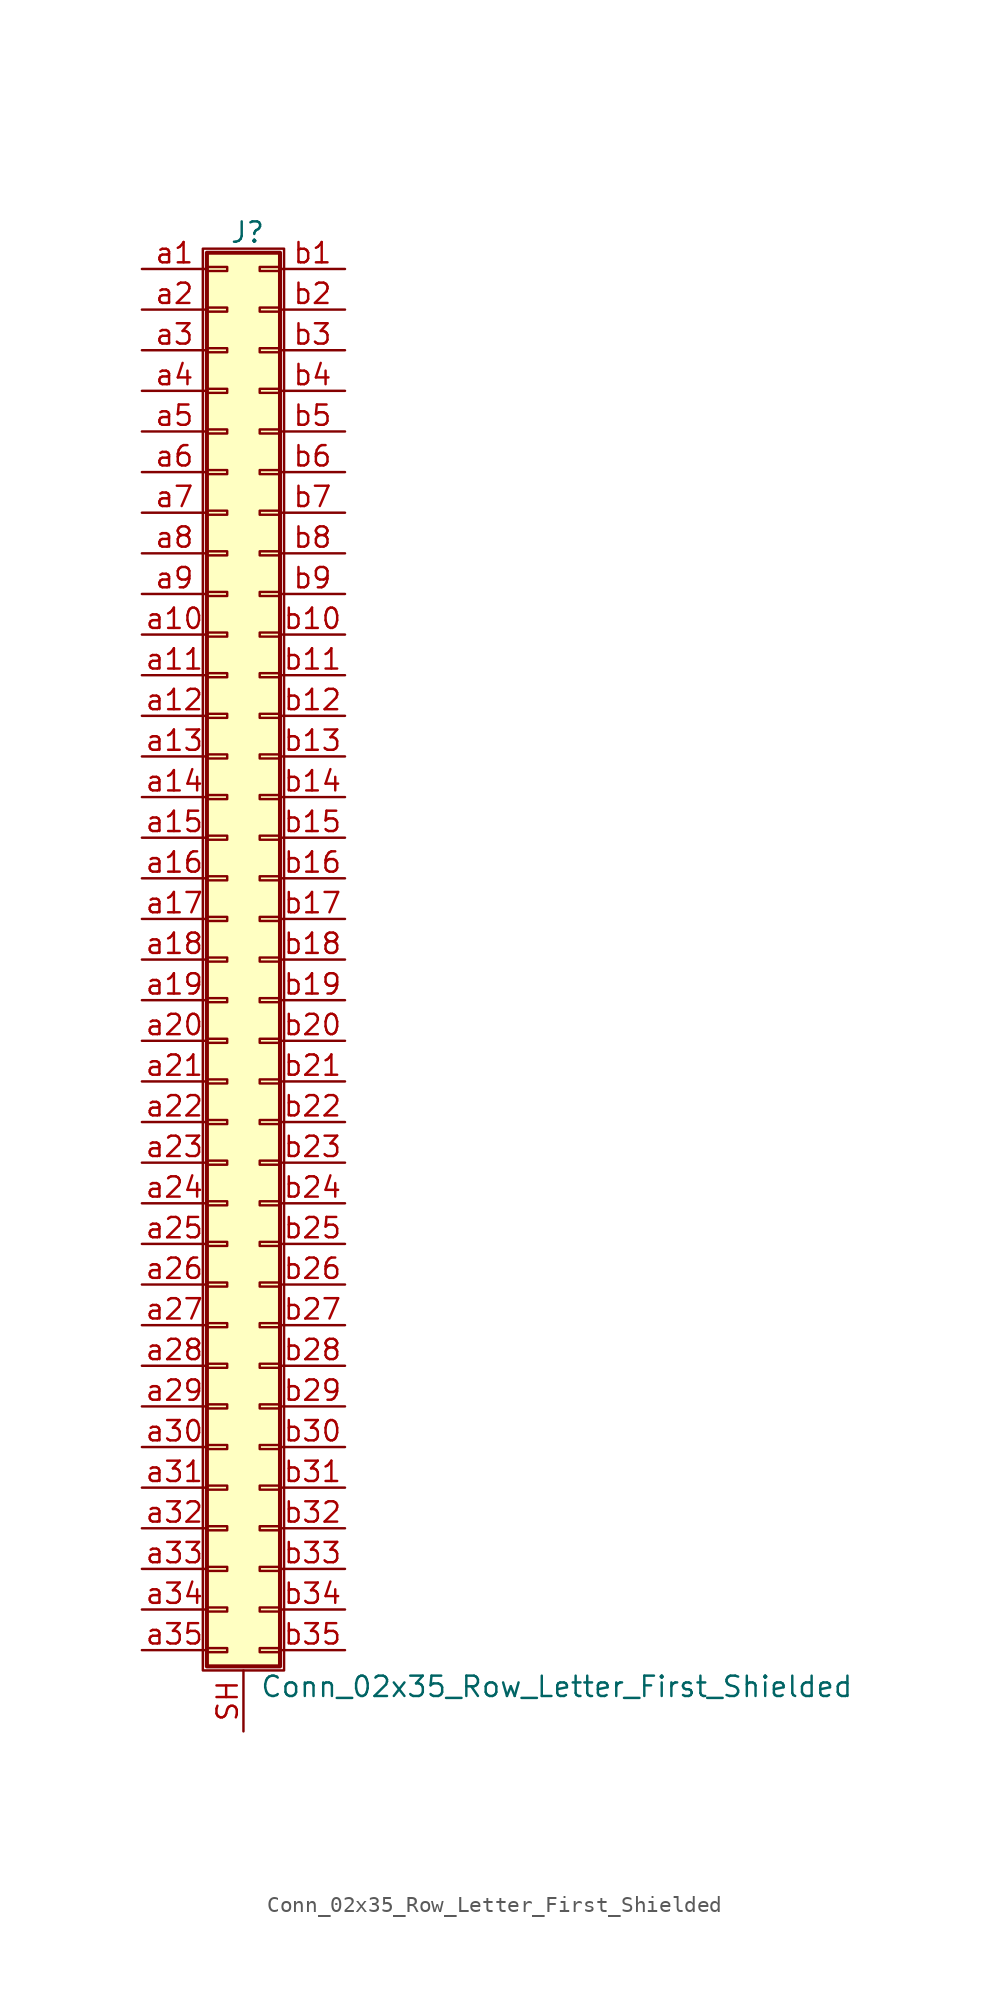
<source format=kicad_sym>
(kicad_symbol_lib
  (version 20201005)
  (generator kicad_symbol_editor)
  (symbol "Connector_Generic_Shielded:Conn_02x35_Row_Letter_First_Shielded"
    (pin_names
      (offset 1.016) hide)
    (property "Reference" "J"
      (at 1.524 45.466 0)
      (effects (font (size 1.27 1.27))))
    (property "Value" "Conn_02x35_Row_Letter_First_Shielded"
      (at 2.286 -45.466 0)
      (effects (font (size 1.27 1.27)) (justify left)))
    (symbol "Conn_02x35_Row_Letter_First_Shielded_1_1"
      (rectangle (start -1.016 -27.813) (end 0.254 -28.067) (stroke (width 0.152)) (fill (type none)))
      (rectangle (start -1.016 -30.353) (end 0.254 -30.607) (stroke (width 0.152)) (fill (type none)))
      (rectangle (start -1.016 -32.893) (end 0.254 -33.147) (stroke (width 0.152)) (fill (type none)))
      (rectangle (start -1.016 -35.433) (end 0.254 -35.687) (stroke (width 0.152)) (fill (type none)))
      (rectangle (start -1.016 -37.973) (end 0.254 -38.227) (stroke (width 0.152)) (fill (type none)))
      (rectangle (start -1.016 -40.513) (end 0.254 -40.767) (stroke (width 0.152)) (fill (type none)))
      (rectangle (start -1.016 -43.053) (end 0.254 -43.307) (stroke (width 0.152)) (fill (type none)))
      (rectangle (start -1.016 -4.953) (end 0.254 -5.207) (stroke (width 0.152)) (fill (type none)))
      (rectangle (start -1.016 -7.493) (end 0.254 -7.747) (stroke (width 0.152)) (fill (type none)))
      (rectangle (start -1.016 -10.033) (end 0.254 -10.287) (stroke (width 0.152)) (fill (type none)))
      (rectangle (start -1.016 -12.573) (end 0.254 -12.827) (stroke (width 0.152)) (fill (type none)))
      (rectangle (start -1.016 -15.113) (end 0.254 -15.367) (stroke (width 0.152)) (fill (type none)))
      (rectangle (start -1.016 -17.653) (end 0.254 -17.907) (stroke (width 0.152)) (fill (type none)))
      (rectangle (start -1.016 -20.193) (end 0.254 -20.447) (stroke (width 0.152)) (fill (type none)))
      (rectangle (start -1.016 -22.733) (end 0.254 -22.987) (stroke (width 0.152)) (fill (type none)))
      (rectangle (start -1.016 -2.413) (end 0.254 -2.667) (stroke (width 0.152)) (fill (type none)))
      (rectangle (start -1.016 -25.273) (end 0.254 -25.527) (stroke (width 0.152)) (fill (type none)))
      (rectangle (start -1.016 25.527) (end 0.254 25.273) (stroke (width 0.152)) (fill (type none)))
      (rectangle (start -1.016 2.667) (end 0.254 2.413) (stroke (width 0.152)) (fill (type none)))
      (rectangle (start -1.016 28.067) (end 0.254 27.813) (stroke (width 0.152)) (fill (type none)))
      (rectangle (start -1.016 30.607) (end 0.254 30.353) (stroke (width 0.152)) (fill (type none)))
      (rectangle (start -1.016 33.147) (end 0.254 32.893) (stroke (width 0.152)) (fill (type none)))
      (rectangle (start -1.016 35.687) (end 0.254 35.433) (stroke (width 0.152)) (fill (type none)))
      (rectangle (start -1.016 38.227) (end 0.254 37.973) (stroke (width 0.152)) (fill (type none)))
      (rectangle (start -1.016 40.767) (end 0.254 40.513) (stroke (width 0.152)) (fill (type none)))
      (rectangle (start -1.016 43.307) (end 0.254 43.053) (stroke (width 0.152)) (fill (type none)))
      (rectangle (start -1.016 44.196) (end 3.556 -44.196) (stroke (width 0.254)) (fill (type background)))
      (rectangle (start -1.016 5.207) (end 0.254 4.953) (stroke (width 0.152)) (fill (type none)))
      (rectangle (start -1.016 7.747) (end 0.254 7.493) (stroke (width 0.152)) (fill (type none)))
      (rectangle (start -1.016 10.287) (end 0.254 10.033) (stroke (width 0.152)) (fill (type none)))
      (rectangle (start -1.016 0.127) (end 0.254 -0.127) (stroke (width 0.152)) (fill (type none)))
      (rectangle (start -1.016 12.827) (end 0.254 12.573) (stroke (width 0.152)) (fill (type none)))
      (rectangle (start -1.016 15.367) (end 0.254 15.113) (stroke (width 0.152)) (fill (type none)))
      (rectangle (start -1.016 17.907) (end 0.254 17.653) (stroke (width 0.152)) (fill (type none)))
      (rectangle (start -1.016 20.447) (end 0.254 20.193) (stroke (width 0.152)) (fill (type none)))
      (rectangle (start -1.016 22.987) (end 0.254 22.733) (stroke (width 0.152)) (fill (type none)))
      (rectangle (start -1.27 44.45) (end 3.81 -44.45) (stroke (width 0.152)) (fill (type none)))
      (rectangle (start 3.556 -27.813) (end 2.286 -28.067) (stroke (width 0.152)) (fill (type none)))
      (rectangle (start 3.556 -30.353) (end 2.286 -30.607) (stroke (width 0.152)) (fill (type none)))
      (rectangle (start 3.556 -32.893) (end 2.286 -33.147) (stroke (width 0.152)) (fill (type none)))
      (rectangle (start 3.556 -35.433) (end 2.286 -35.687) (stroke (width 0.152)) (fill (type none)))
      (rectangle (start 3.556 -37.973) (end 2.286 -38.227) (stroke (width 0.152)) (fill (type none)))
      (rectangle (start 3.556 -40.513) (end 2.286 -40.767) (stroke (width 0.152)) (fill (type none)))
      (rectangle (start 3.556 -43.053) (end 2.286 -43.307) (stroke (width 0.152)) (fill (type none)))
      (rectangle (start 3.556 -4.953) (end 2.286 -5.207) (stroke (width 0.152)) (fill (type none)))
      (rectangle (start 3.556 -7.493) (end 2.286 -7.747) (stroke (width 0.152)) (fill (type none)))
      (rectangle (start 3.556 -10.033) (end 2.286 -10.287) (stroke (width 0.152)) (fill (type none)))
      (rectangle (start 3.556 -12.573) (end 2.286 -12.827) (stroke (width 0.152)) (fill (type none)))
      (rectangle (start 3.556 -15.113) (end 2.286 -15.367) (stroke (width 0.152)) (fill (type none)))
      (rectangle (start 3.556 -17.653) (end 2.286 -17.907) (stroke (width 0.152)) (fill (type none)))
      (rectangle (start 3.556 -20.193) (end 2.286 -20.447) (stroke (width 0.152)) (fill (type none)))
      (rectangle (start 3.556 -22.733) (end 2.286 -22.987) (stroke (width 0.152)) (fill (type none)))
      (rectangle (start 3.556 -2.413) (end 2.286 -2.667) (stroke (width 0.152)) (fill (type none)))
      (rectangle (start 3.556 -25.273) (end 2.286 -25.527) (stroke (width 0.152)) (fill (type none)))
      (rectangle (start 3.556 25.527) (end 2.286 25.273) (stroke (width 0.152)) (fill (type none)))
      (rectangle (start 3.556 2.667) (end 2.286 2.413) (stroke (width 0.152)) (fill (type none)))
      (rectangle (start 3.556 28.067) (end 2.286 27.813) (stroke (width 0.152)) (fill (type none)))
      (rectangle (start 3.556 30.607) (end 2.286 30.353) (stroke (width 0.152)) (fill (type none)))
      (rectangle (start 3.556 33.147) (end 2.286 32.893) (stroke (width 0.152)) (fill (type none)))
      (rectangle (start 3.556 35.687) (end 2.286 35.433) (stroke (width 0.152)) (fill (type none)))
      (rectangle (start 3.556 38.227) (end 2.286 37.973) (stroke (width 0.152)) (fill (type none)))
      (rectangle (start 3.556 40.767) (end 2.286 40.513) (stroke (width 0.152)) (fill (type none)))
      (rectangle (start 3.556 43.307) (end 2.286 43.053) (stroke (width 0.152)) (fill (type none)))
      (rectangle (start 3.556 5.207) (end 2.286 4.953) (stroke (width 0.152)) (fill (type none)))
      (rectangle (start 3.556 7.747) (end 2.286 7.493) (stroke (width 0.152)) (fill (type none)))
      (rectangle (start 3.556 10.287) (end 2.286 10.033) (stroke (width 0.152)) (fill (type none)))
      (rectangle (start 3.556 0.127) (end 2.286 -0.127) (stroke (width 0.152)) (fill (type none)))
      (rectangle (start 3.556 12.827) (end 2.286 12.573) (stroke (width 0.152)) (fill (type none)))
      (rectangle (start 3.556 15.367) (end 2.286 15.113) (stroke (width 0.152)) (fill (type none)))
      (rectangle (start 3.556 17.907) (end 2.286 17.653) (stroke (width 0.152)) (fill (type none)))
      (rectangle (start 3.556 20.447) (end 2.286 20.193) (stroke (width 0.152)) (fill (type none)))
      (rectangle (start 3.556 22.987) (end 2.286 22.733) (stroke (width 0.152)) (fill (type none)))
      (pin passive line (at -5.08 43.18 0) (length 4.064) (name "Pin_a1" (effects (font (size 1.27 1.27)))) (number "a1" (effects (font (size 1.27 1.27)))))
      (pin passive line (at -5.08 20.32 0) (length 4.064) (name "Pin_a10" (effects (font (size 1.27 1.27)))) (number "a10" (effects (font (size 1.27 1.27)))))
      (pin passive line (at -5.08 17.78 0) (length 4.064) (name "Pin_a11" (effects (font (size 1.27 1.27)))) (number "a11" (effects (font (size 1.27 1.27)))))
      (pin passive line (at -5.08 15.24 0) (length 4.064) (name "Pin_a12" (effects (font (size 1.27 1.27)))) (number "a12" (effects (font (size 1.27 1.27)))))
      (pin passive line (at -5.08 12.7 0) (length 4.064) (name "Pin_a13" (effects (font (size 1.27 1.27)))) (number "a13" (effects (font (size 1.27 1.27)))))
      (pin passive line (at -5.08 10.16 0) (length 4.064) (name "Pin_a14" (effects (font (size 1.27 1.27)))) (number "a14" (effects (font (size 1.27 1.27)))))
      (pin passive line (at -5.08 7.62 0) (length 4.064) (name "Pin_a15" (effects (font (size 1.27 1.27)))) (number "a15" (effects (font (size 1.27 1.27)))))
      (pin passive line (at -5.08 5.08 0) (length 4.064) (name "Pin_a16" (effects (font (size 1.27 1.27)))) (number "a16" (effects (font (size 1.27 1.27)))))
      (pin passive line (at -5.08 2.54 0) (length 4.064) (name "Pin_a17" (effects (font (size 1.27 1.27)))) (number "a17" (effects (font (size 1.27 1.27)))))
      (pin passive line (at -5.08 0 0) (length 4.064) (name "Pin_a18" (effects (font (size 1.27 1.27)))) (number "a18" (effects (font (size 1.27 1.27)))))
      (pin passive line (at -5.08 -2.54 0) (length 4.064) (name "Pin_a19" (effects (font (size 1.27 1.27)))) (number "a19" (effects (font (size 1.27 1.27)))))
      (pin passive line (at -5.08 40.64 0) (length 4.064) (name "Pin_a2" (effects (font (size 1.27 1.27)))) (number "a2" (effects (font (size 1.27 1.27)))))
      (pin passive line (at -5.08 -5.08 0) (length 4.064) (name "Pin_a20" (effects (font (size 1.27 1.27)))) (number "a20" (effects (font (size 1.27 1.27)))))
      (pin passive line (at -5.08 -7.62 0) (length 4.064) (name "Pin_a21" (effects (font (size 1.27 1.27)))) (number "a21" (effects (font (size 1.27 1.27)))))
      (pin passive line (at -5.08 -10.16 0) (length 4.064) (name "Pin_a22" (effects (font (size 1.27 1.27)))) (number "a22" (effects (font (size 1.27 1.27)))))
      (pin passive line (at -5.08 -12.7 0) (length 4.064) (name "Pin_a23" (effects (font (size 1.27 1.27)))) (number "a23" (effects (font (size 1.27 1.27)))))
      (pin passive line (at -5.08 -15.24 0) (length 4.064) (name "Pin_a24" (effects (font (size 1.27 1.27)))) (number "a24" (effects (font (size 1.27 1.27)))))
      (pin passive line (at -5.08 -17.78 0) (length 4.064) (name "Pin_a25" (effects (font (size 1.27 1.27)))) (number "a25" (effects (font (size 1.27 1.27)))))
      (pin passive line (at -5.08 -20.32 0) (length 4.064) (name "Pin_a26" (effects (font (size 1.27 1.27)))) (number "a26" (effects (font (size 1.27 1.27)))))
      (pin passive line (at -5.08 -22.86 0) (length 4.064) (name "Pin_a27" (effects (font (size 1.27 1.27)))) (number "a27" (effects (font (size 1.27 1.27)))))
      (pin passive line (at -5.08 -25.4 0) (length 4.064) (name "Pin_a28" (effects (font (size 1.27 1.27)))) (number "a28" (effects (font (size 1.27 1.27)))))
      (pin passive line (at -5.08 -27.94 0) (length 4.064) (name "Pin_a29" (effects (font (size 1.27 1.27)))) (number "a29" (effects (font (size 1.27 1.27)))))
      (pin passive line (at -5.08 38.1 0) (length 4.064) (name "Pin_a3" (effects (font (size 1.27 1.27)))) (number "a3" (effects (font (size 1.27 1.27)))))
      (pin passive line (at -5.08 -30.48 0) (length 4.064) (name "Pin_a30" (effects (font (size 1.27 1.27)))) (number "a30" (effects (font (size 1.27 1.27)))))
      (pin passive line (at -5.08 -33.02 0) (length 4.064) (name "Pin_a31" (effects (font (size 1.27 1.27)))) (number "a31" (effects (font (size 1.27 1.27)))))
      (pin passive line (at -5.08 -35.56 0) (length 4.064) (name "Pin_a32" (effects (font (size 1.27 1.27)))) (number "a32" (effects (font (size 1.27 1.27)))))
      (pin passive line (at -5.08 -38.1 0) (length 4.064) (name "Pin_a33" (effects (font (size 1.27 1.27)))) (number "a33" (effects (font (size 1.27 1.27)))))
      (pin passive line (at -5.08 -40.64 0) (length 4.064) (name "Pin_a34" (effects (font (size 1.27 1.27)))) (number "a34" (effects (font (size 1.27 1.27)))))
      (pin passive line (at -5.08 -43.18 0) (length 4.064) (name "Pin_a35" (effects (font (size 1.27 1.27)))) (number "a35" (effects (font (size 1.27 1.27)))))
      (pin passive line (at -5.08 35.56 0) (length 4.064) (name "Pin_a4" (effects (font (size 1.27 1.27)))) (number "a4" (effects (font (size 1.27 1.27)))))
      (pin passive line (at -5.08 33.02 0) (length 4.064) (name "Pin_a5" (effects (font (size 1.27 1.27)))) (number "a5" (effects (font (size 1.27 1.27)))))
      (pin passive line (at -5.08 30.48 0) (length 4.064) (name "Pin_a6" (effects (font (size 1.27 1.27)))) (number "a6" (effects (font (size 1.27 1.27)))))
      (pin passive line (at -5.08 27.94 0) (length 4.064) (name "Pin_a7" (effects (font (size 1.27 1.27)))) (number "a7" (effects (font (size 1.27 1.27)))))
      (pin passive line (at -5.08 25.4 0) (length 4.064) (name "Pin_a8" (effects (font (size 1.27 1.27)))) (number "a8" (effects (font (size 1.27 1.27)))))
      (pin passive line (at -5.08 22.86 0) (length 4.064) (name "Pin_a9" (effects (font (size 1.27 1.27)))) (number "a9" (effects (font (size 1.27 1.27)))))
      (pin passive line (at 7.62 43.18 180) (length 4.064) (name "Pin_b1" (effects (font (size 1.27 1.27)))) (number "b1" (effects (font (size 1.27 1.27)))))
      (pin passive line (at 7.62 20.32 180) (length 4.064) (name "Pin_b10" (effects (font (size 1.27 1.27)))) (number "b10" (effects (font (size 1.27 1.27)))))
      (pin passive line (at 7.62 17.78 180) (length 4.064) (name "Pin_b11" (effects (font (size 1.27 1.27)))) (number "b11" (effects (font (size 1.27 1.27)))))
      (pin passive line (at 7.62 15.24 180) (length 4.064) (name "Pin_b12" (effects (font (size 1.27 1.27)))) (number "b12" (effects (font (size 1.27 1.27)))))
      (pin passive line (at 7.62 12.7 180) (length 4.064) (name "Pin_b13" (effects (font (size 1.27 1.27)))) (number "b13" (effects (font (size 1.27 1.27)))))
      (pin passive line (at 7.62 10.16 180) (length 4.064) (name "Pin_b14" (effects (font (size 1.27 1.27)))) (number "b14" (effects (font (size 1.27 1.27)))))
      (pin passive line (at 7.62 7.62 180) (length 4.064) (name "Pin_b15" (effects (font (size 1.27 1.27)))) (number "b15" (effects (font (size 1.27 1.27)))))
      (pin passive line (at 7.62 5.08 180) (length 4.064) (name "Pin_b16" (effects (font (size 1.27 1.27)))) (number "b16" (effects (font (size 1.27 1.27)))))
      (pin passive line (at 7.62 2.54 180) (length 4.064) (name "Pin_b17" (effects (font (size 1.27 1.27)))) (number "b17" (effects (font (size 1.27 1.27)))))
      (pin passive line (at 7.62 0 180) (length 4.064) (name "Pin_b18" (effects (font (size 1.27 1.27)))) (number "b18" (effects (font (size 1.27 1.27)))))
      (pin passive line (at 7.62 -2.54 180) (length 4.064) (name "Pin_b19" (effects (font (size 1.27 1.27)))) (number "b19" (effects (font (size 1.27 1.27)))))
      (pin passive line (at 7.62 40.64 180) (length 4.064) (name "Pin_b2" (effects (font (size 1.27 1.27)))) (number "b2" (effects (font (size 1.27 1.27)))))
      (pin passive line (at 7.62 -5.08 180) (length 4.064) (name "Pin_b20" (effects (font (size 1.27 1.27)))) (number "b20" (effects (font (size 1.27 1.27)))))
      (pin passive line (at 7.62 -7.62 180) (length 4.064) (name "Pin_b21" (effects (font (size 1.27 1.27)))) (number "b21" (effects (font (size 1.27 1.27)))))
      (pin passive line (at 7.62 -10.16 180) (length 4.064) (name "Pin_b22" (effects (font (size 1.27 1.27)))) (number "b22" (effects (font (size 1.27 1.27)))))
      (pin passive line (at 7.62 -12.7 180) (length 4.064) (name "Pin_b23" (effects (font (size 1.27 1.27)))) (number "b23" (effects (font (size 1.27 1.27)))))
      (pin passive line (at 7.62 -15.24 180) (length 4.064) (name "Pin_b24" (effects (font (size 1.27 1.27)))) (number "b24" (effects (font (size 1.27 1.27)))))
      (pin passive line (at 7.62 -17.78 180) (length 4.064) (name "Pin_b25" (effects (font (size 1.27 1.27)))) (number "b25" (effects (font (size 1.27 1.27)))))
      (pin passive line (at 7.62 -20.32 180) (length 4.064) (name "Pin_b26" (effects (font (size 1.27 1.27)))) (number "b26" (effects (font (size 1.27 1.27)))))
      (pin passive line (at 7.62 -22.86 180) (length 4.064) (name "Pin_b27" (effects (font (size 1.27 1.27)))) (number "b27" (effects (font (size 1.27 1.27)))))
      (pin passive line (at 7.62 -25.4 180) (length 4.064) (name "Pin_b28" (effects (font (size 1.27 1.27)))) (number "b28" (effects (font (size 1.27 1.27)))))
      (pin passive line (at 7.62 -27.94 180) (length 4.064) (name "Pin_b29" (effects (font (size 1.27 1.27)))) (number "b29" (effects (font (size 1.27 1.27)))))
      (pin passive line (at 7.62 38.1 180) (length 4.064) (name "Pin_b3" (effects (font (size 1.27 1.27)))) (number "b3" (effects (font (size 1.27 1.27)))))
      (pin passive line (at 7.62 -30.48 180) (length 4.064) (name "Pin_b30" (effects (font (size 1.27 1.27)))) (number "b30" (effects (font (size 1.27 1.27)))))
      (pin passive line (at 7.62 -33.02 180) (length 4.064) (name "Pin_b31" (effects (font (size 1.27 1.27)))) (number "b31" (effects (font (size 1.27 1.27)))))
      (pin passive line (at 7.62 -35.56 180) (length 4.064) (name "Pin_b32" (effects (font (size 1.27 1.27)))) (number "b32" (effects (font (size 1.27 1.27)))))
      (pin passive line (at 7.62 -38.1 180) (length 4.064) (name "Pin_b33" (effects (font (size 1.27 1.27)))) (number "b33" (effects (font (size 1.27 1.27)))))
      (pin passive line (at 7.62 -40.64 180) (length 4.064) (name "Pin_b34" (effects (font (size 1.27 1.27)))) (number "b34" (effects (font (size 1.27 1.27)))))
      (pin passive line (at 7.62 -43.18 180) (length 4.064) (name "Pin_b35" (effects (font (size 1.27 1.27)))) (number "b35" (effects (font (size 1.27 1.27)))))
      (pin passive line (at 7.62 35.56 180) (length 4.064) (name "Pin_b4" (effects (font (size 1.27 1.27)))) (number "b4" (effects (font (size 1.27 1.27)))))
      (pin passive line (at 7.62 33.02 180) (length 4.064) (name "Pin_b5" (effects (font (size 1.27 1.27)))) (number "b5" (effects (font (size 1.27 1.27)))))
      (pin passive line (at 7.62 30.48 180) (length 4.064) (name "Pin_b6" (effects (font (size 1.27 1.27)))) (number "b6" (effects (font (size 1.27 1.27)))))
      (pin passive line (at 7.62 27.94 180) (length 4.064) (name "Pin_b7" (effects (font (size 1.27 1.27)))) (number "b7" (effects (font (size 1.27 1.27)))))
      (pin passive line (at 7.62 25.4 180) (length 4.064) (name "Pin_b8" (effects (font (size 1.27 1.27)))) (number "b8" (effects (font (size 1.27 1.27)))))
      (pin passive line (at 7.62 22.86 180) (length 4.064) (name "Pin_b9" (effects (font (size 1.27 1.27)))) (number "b9" (effects (font (size 1.27 1.27)))))
      (pin passive line (at 1.27 -48.26 90) (length 3.81) (name "Shield" (effects (font (size 1.27 1.27)))) (number "SH" (effects (font (size 1.27 1.27))))))))
</source>
